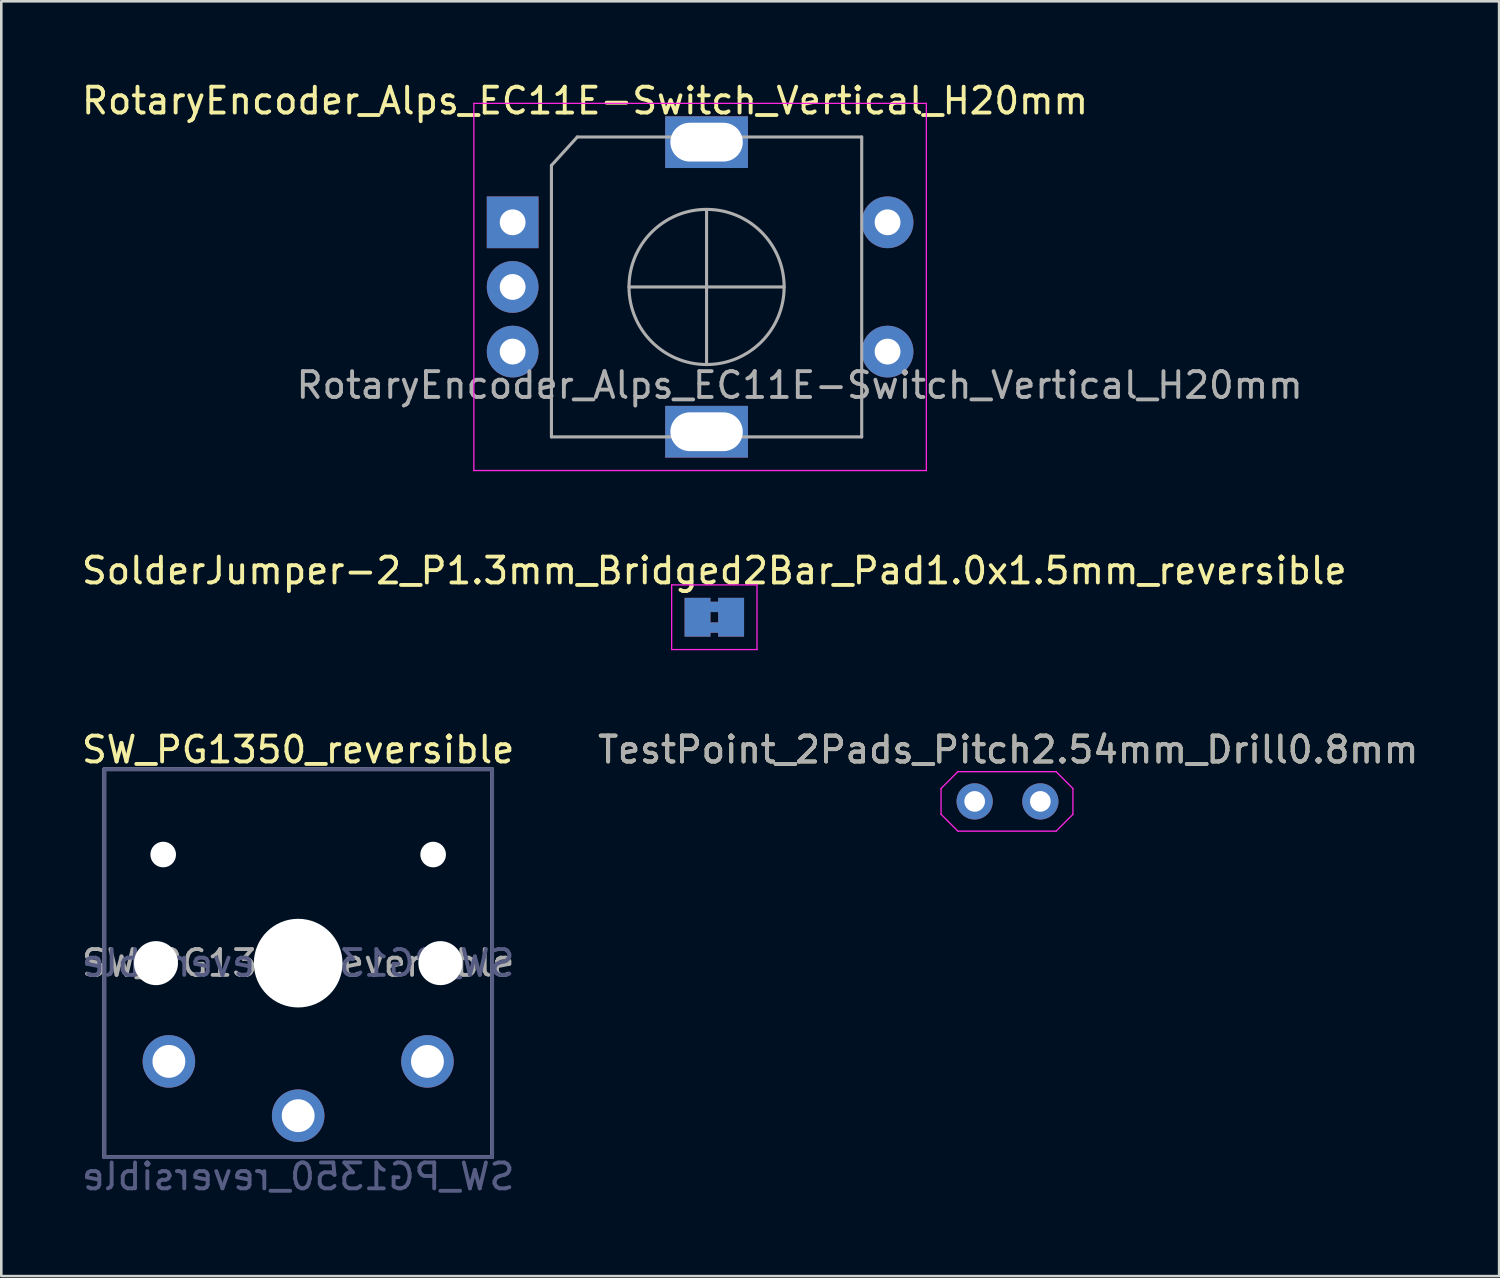
<source format=kicad_pcb>
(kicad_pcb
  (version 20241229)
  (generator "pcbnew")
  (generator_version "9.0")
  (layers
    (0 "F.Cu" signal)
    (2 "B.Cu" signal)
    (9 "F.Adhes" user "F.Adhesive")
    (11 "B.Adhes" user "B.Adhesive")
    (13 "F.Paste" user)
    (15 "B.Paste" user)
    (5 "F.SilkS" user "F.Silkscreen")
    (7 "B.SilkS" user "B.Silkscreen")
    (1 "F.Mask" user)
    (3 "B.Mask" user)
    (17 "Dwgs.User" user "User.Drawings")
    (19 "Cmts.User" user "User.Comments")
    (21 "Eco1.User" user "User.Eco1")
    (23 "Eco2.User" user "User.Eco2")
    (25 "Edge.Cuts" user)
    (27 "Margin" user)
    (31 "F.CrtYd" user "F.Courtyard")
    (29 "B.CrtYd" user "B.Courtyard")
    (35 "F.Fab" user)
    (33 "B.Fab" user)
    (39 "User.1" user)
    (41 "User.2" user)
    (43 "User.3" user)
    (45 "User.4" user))
  (footprint "TestPoint_2Pads_Pitch2.54mm_Drill0.8mm"
    (layer "F.Cu")
    (at 34.646 27.945)
    (property "Reference" "TestPoint_2Pads_Pitch2.54mm_Drill0.8mm" (at 1.3 -2 0) (layer "F.SilkS") (effects (font (size 1 1) (thickness 0.15))))
    (attr exclude_from_pos_files exclude_from_bom)
    (fp_line (start -1.3 -0.5) (end -1.3 0.5) (stroke (width 0.05) (type solid)) (layer "F.CrtYd"))
    (fp_line (start -1.3 0.5) (end -0.65 1.15) (stroke (width 0.05) (type solid)) (layer "F.CrtYd"))
    (fp_line (start -0.65 -1.15) (end -1.3 -0.5) (stroke (width 0.05) (type solid)) (layer "F.CrtYd"))
    (fp_line (start -0.65 1.15) (end 3.15 1.15) (stroke (width 0.05) (type solid)) (layer "F.CrtYd"))
    (fp_line (start 3.15 -1.15) (end -0.65 -1.15) (stroke (width 0.05) (type solid)) (layer "F.CrtYd"))
    (fp_line (start 3.15 1.15) (end 3.8 0.5) (stroke (width 0.05) (type solid)) (layer "F.CrtYd"))
    (fp_line (start 3.8 -0.5) (end 3.15 -1.15) (stroke (width 0.05) (type solid)) (layer "F.CrtYd"))
    (fp_line (start 3.8 0.5) (end 3.8 -0.5) (stroke (width 0.05) (type solid)) (layer "F.CrtYd"))
    (fp_text user "${REFERENCE}" (at 1.3 -2 0) (layer "F.Fab") (effects (font (size 1 1) (thickness 0.15))))
    (pad "1" thru_hole circle (at 0 0) (size 1.4 1.4) (drill 0.8) (layers "*.Cu" "*.Mask"))
    (pad "2" thru_hole circle (at 2.54 0) (size 1.4 1.4) (drill 0.8) (layers "*.Cu" "*.Mask")))
  (footprint "SolderJumper-2_P1.3mm_Bridged2Bar_Pad1.0x1.5mm_reversible"
    (layer "F.Cu")
    (at 24.577 20.822)
    (property "Reference" "SolderJumper-2_P1.3mm_Bridged2Bar_Pad1.0x1.5mm_reversible" (at 0 -1.8 0) (layer "F.SilkS") (effects (font (size 1 1) (thickness 0.15))))
    (attr exclude_from_pos_files exclude_from_bom)
    (fp_poly (pts (xy -0.25 -0.6) (xy 0.25 -0.6) (xy 0.25 -0.2) (xy -0.25 -0.2)) (stroke (width 0) (type solid)) (fill yes) (layer "F.Cu"))
    (fp_poly (pts (xy -0.25 0.2) (xy 0.25 0.2) (xy 0.25 0.6) (xy -0.25 0.6)) (stroke (width 0) (type solid)) (fill yes) (layer "F.Cu"))
    (fp_poly (pts (xy -0.25 -0.2) (xy 0.25 -0.2) (xy 0.25 -0.6) (xy -0.25 -0.6)) (stroke (width 0) (type solid)) (fill yes) (layer "B.Cu"))
    (fp_poly (pts (xy -0.25 0.6) (xy 0.25 0.6) (xy 0.25 0.2) (xy -0.25 0.2)) (stroke (width 0) (type solid)) (fill yes) (layer "B.Cu"))
    (fp_line (start -1.65 -1.25) (end -1.65 1.25) (stroke (width 0.05) (type solid)) (layer "F.CrtYd"))
    (fp_line (start -1.65 -1.25) (end 1.65 -1.25) (stroke (width 0.05) (type solid)) (layer "F.CrtYd"))
    (fp_line (start 1.65 1.25) (end -1.65 1.25) (stroke (width 0.05) (type solid)) (layer "F.CrtYd"))
    (fp_line (start 1.65 1.25) (end 1.65 -1.25) (stroke (width 0.05) (type solid)) (layer "F.CrtYd"))
    (pad "1" smd rect (at -0.65 0) (size 1 1.5) (layers "F.Cu" "F.Mask"))
    (pad "1" smd rect (at -0.65 0) (size 1 1.5) (layers "B.Cu" "B.Mask"))
    (pad "2" smd rect (at 0.65 0) (size 1 1.5) (layers "F.Cu" "F.Mask"))
    (pad "2" smd rect (at 0.65 0) (size 1 1.5) (layers "B.Cu" "B.Mask")))
  (footprint "RotaryEncoder_Alps_EC11E-Switch_Vertical_H20mm"
    (layer "F.Cu")
    (at 16.777 5.548)
    (property "Reference" "RotaryEncoder_Alps_EC11E-Switch_Vertical_H20mm" (at 2.8 -4.7 0) (layer "F.SilkS") (effects (font (size 1 1) (thickness 0.15))))
    (attr through_hole)
    (fp_line (start -1.5 -4.6) (end -1.5 9.6) (stroke (width 0.05) (type solid)) (layer "F.CrtYd"))
    (fp_line (start -1.5 -4.6) (end 16 -4.6) (stroke (width 0.05) (type solid)) (layer "F.CrtYd"))
    (fp_line (start 16 9.6) (end -1.5 9.6) (stroke (width 0.05) (type solid)) (layer "F.CrtYd"))
    (fp_line (start 16 9.6) (end 16 -4.6) (stroke (width 0.05) (type solid)) (layer "F.CrtYd"))
    (fp_line (start 1.5 -2.2) (end 2.5 -3.3) (stroke (width 0.12) (type solid)) (layer "F.Fab"))
    (fp_line (start 1.5 8.3) (end 1.5 -2.2) (stroke (width 0.12) (type solid)) (layer "F.Fab"))
    (fp_line (start 2.5 -3.3) (end 13.5 -3.3) (stroke (width 0.12) (type solid)) (layer "F.Fab"))
    (fp_line (start 4.5 2.5) (end 10.5 2.5) (stroke (width 0.12) (type solid)) (layer "F.Fab"))
    (fp_line (start 7.5 -0.5) (end 7.5 5.5) (stroke (width 0.12) (type solid)) (layer "F.Fab"))
    (fp_line (start 13.5 -3.3) (end 13.5 8.3) (stroke (width 0.12) (type solid)) (layer "F.Fab"))
    (fp_line (start 13.5 8.3) (end 1.5 8.3) (stroke (width 0.12) (type solid)) (layer "F.Fab"))
    (fp_circle (center 7.5 2.5) (end 10.5 2.5) (stroke (width 0.12) (type solid)) (fill no) (layer "F.Fab"))
    (fp_text user "${REFERENCE}" (at 11.1 6.3 0) (layer "F.Fab") (effects (font (size 1 1) (thickness 0.15))))
    (pad "A" thru_hole rect (at 0 0) (size 2 2) (drill 1) (layers "*.Cu" "*.Mask"))
    (pad "B" thru_hole circle (at 0 5) (size 2 2) (drill 1) (layers "*.Cu" "*.Mask"))
    (pad "C" thru_hole circle (at 0 2.5) (size 2 2) (drill 1) (layers "*.Cu" "*.Mask"))
    (pad "MP" thru_hole rect (at 7.5 -3.1) (size 3.2 2) (drill oval 2.8 1.5) (layers "*.Cu" "*.Mask"))
    (pad "MP" thru_hole rect (at 7.5 8.1) (size 3.2 2) (drill oval 2.8 1.5) (layers "*.Cu" "*.Mask"))
    (pad "S1" thru_hole circle (at 14.5 5) (size 2 2) (drill 1) (layers "*.Cu" "*.Mask"))
    (pad "S2" thru_hole circle (at 14.5 0) (size 2 2) (drill 1) (layers "*.Cu" "*.Mask")))
  (footprint "SW_PG1350_reversible"
    (layer "F.Cu")
    (at 8.482 34.2)
    (property "Reference" "SW_PG1350_reversible" (at 0 -8.255 0) (layer "F.SilkS") (effects (font (size 1 1) (thickness 0.15))))
    (property "Value" "SW_PG1350_reversible" (at 0 8.255 0) (layer "F.Fab") (hide yes) (effects (font (size 1 1) (thickness 0.15))))
    (attr through_hole)
    (fp_line (start -7 7) (end -7 -7) (stroke (width 0.05) (type solid)) (layer "Eco2.User"))
    (fp_line (start -7 7) (end 7 7) (stroke (width 0.05) (type solid)) (layer "Eco2.User"))
    (fp_line (start -2.6 -3.1) (end -2.6 -6.3) (stroke (width 0.05) (type solid)) (layer "Eco2.User"))
    (fp_line (start -2.6 -3.1) (end 2.6 -3.1) (stroke (width 0.05) (type solid)) (layer "Eco2.User"))
    (fp_line (start 2.6 -6.3) (end -2.6 -6.3) (stroke (width 0.05) (type solid)) (layer "Eco2.User"))
    (fp_line (start 2.6 -3.1) (end 2.6 -6.3) (stroke (width 0.05) (type solid)) (layer "Eco2.User"))
    (fp_line (start 7 -7) (end -7 -7) (stroke (width 0.05) (type solid)) (layer "Eco2.User"))
    (fp_line (start 7 -7) (end 7 7) (stroke (width 0.05) (type solid)) (layer "Eco2.User"))
    (fp_line (start -7.5 -7.5) (end 7.5 -7.5) (stroke (width 0.15) (type solid)) (layer "B.Fab"))
    (fp_line (start -7.5 7.5) (end -7.5 -7.5) (stroke (width 0.15) (type solid)) (layer "B.Fab"))
    (fp_line (start 7.5 -7.5) (end 7.5 7.5) (stroke (width 0.15) (type solid)) (layer "B.Fab"))
    (fp_line (start 7.5 7.5) (end -7.5 7.5) (stroke (width 0.15) (type solid)) (layer "B.Fab"))
    (fp_line (start -7.5 -7.5) (end 7.5 -7.5) (stroke (width 0.15) (type solid)) (layer "F.Fab"))
    (fp_line (start -7.5 7.5) (end -7.5 -7.5) (stroke (width 0.15) (type solid)) (layer "F.Fab"))
    (fp_line (start 7.5 -7.5) (end 7.5 7.5) (stroke (width 0.15) (type solid)) (layer "F.Fab"))
    (fp_line (start 7.5 7.5) (end -7.5 7.5) (stroke (width 0.15) (type solid)) (layer "F.Fab"))
    (fp_text user "${VALUE}" (at 0 8.255 0) (layer "B.Fab") (effects (font (size 1 1) (thickness 0.15)) (justify mirror)))
    (fp_text user "${REFERENCE}" (at 0 0 0) (layer "B.Fab") (effects (font (size 1 1) (thickness 0.15)) (justify mirror)))
    (fp_text user "${REFERENCE}" (at 0 0 0) (layer "F.Fab") (effects (font (size 1 1) (thickness 0.15))))
    (pad "" np_thru_hole circle (at -5.5 0) (size 1.702 1.702) (drill 1.702) (layers "*.Cu" "*.Mask"))
    (pad "" np_thru_hole circle (at -5.22 -4.2) (size 0.991 0.991) (drill 0.991) (layers "*.Cu" "*.Mask"))
    (pad "" np_thru_hole circle (at 0 0) (size 3.429 3.429) (drill 3.429) (layers "*.Cu" "*.Mask"))
    (pad "" np_thru_hole circle (at 5.22 -4.2) (size 0.991 0.991) (drill 0.991) (layers "*.Cu" "*.Mask"))
    (pad "" np_thru_hole circle (at 5.5 0) (size 1.702 1.702) (drill 1.702) (layers "*.Cu" "*.Mask"))
    (pad "1" thru_hole circle (at 0 5.9) (size 2.032 2.032) (drill 1.27) (layers "*.Cu" "*.Mask"))
    (pad "2" thru_hole circle (at -5 3.8) (size 2.032 2.032) (drill 1.27) (layers "*.Cu" "*.Mask"))
    (pad "2" thru_hole circle (at 5 3.8) (size 2.032 2.032) (drill 1.27) (layers "*.Cu" "*.Mask")))
  (gr_rect
    (start -3 -3)
    (end 54.929 46.303)
    (stroke (width 0.1) (type default))
    (fill no)
    (layer "Edge.Cuts")))
</source>
